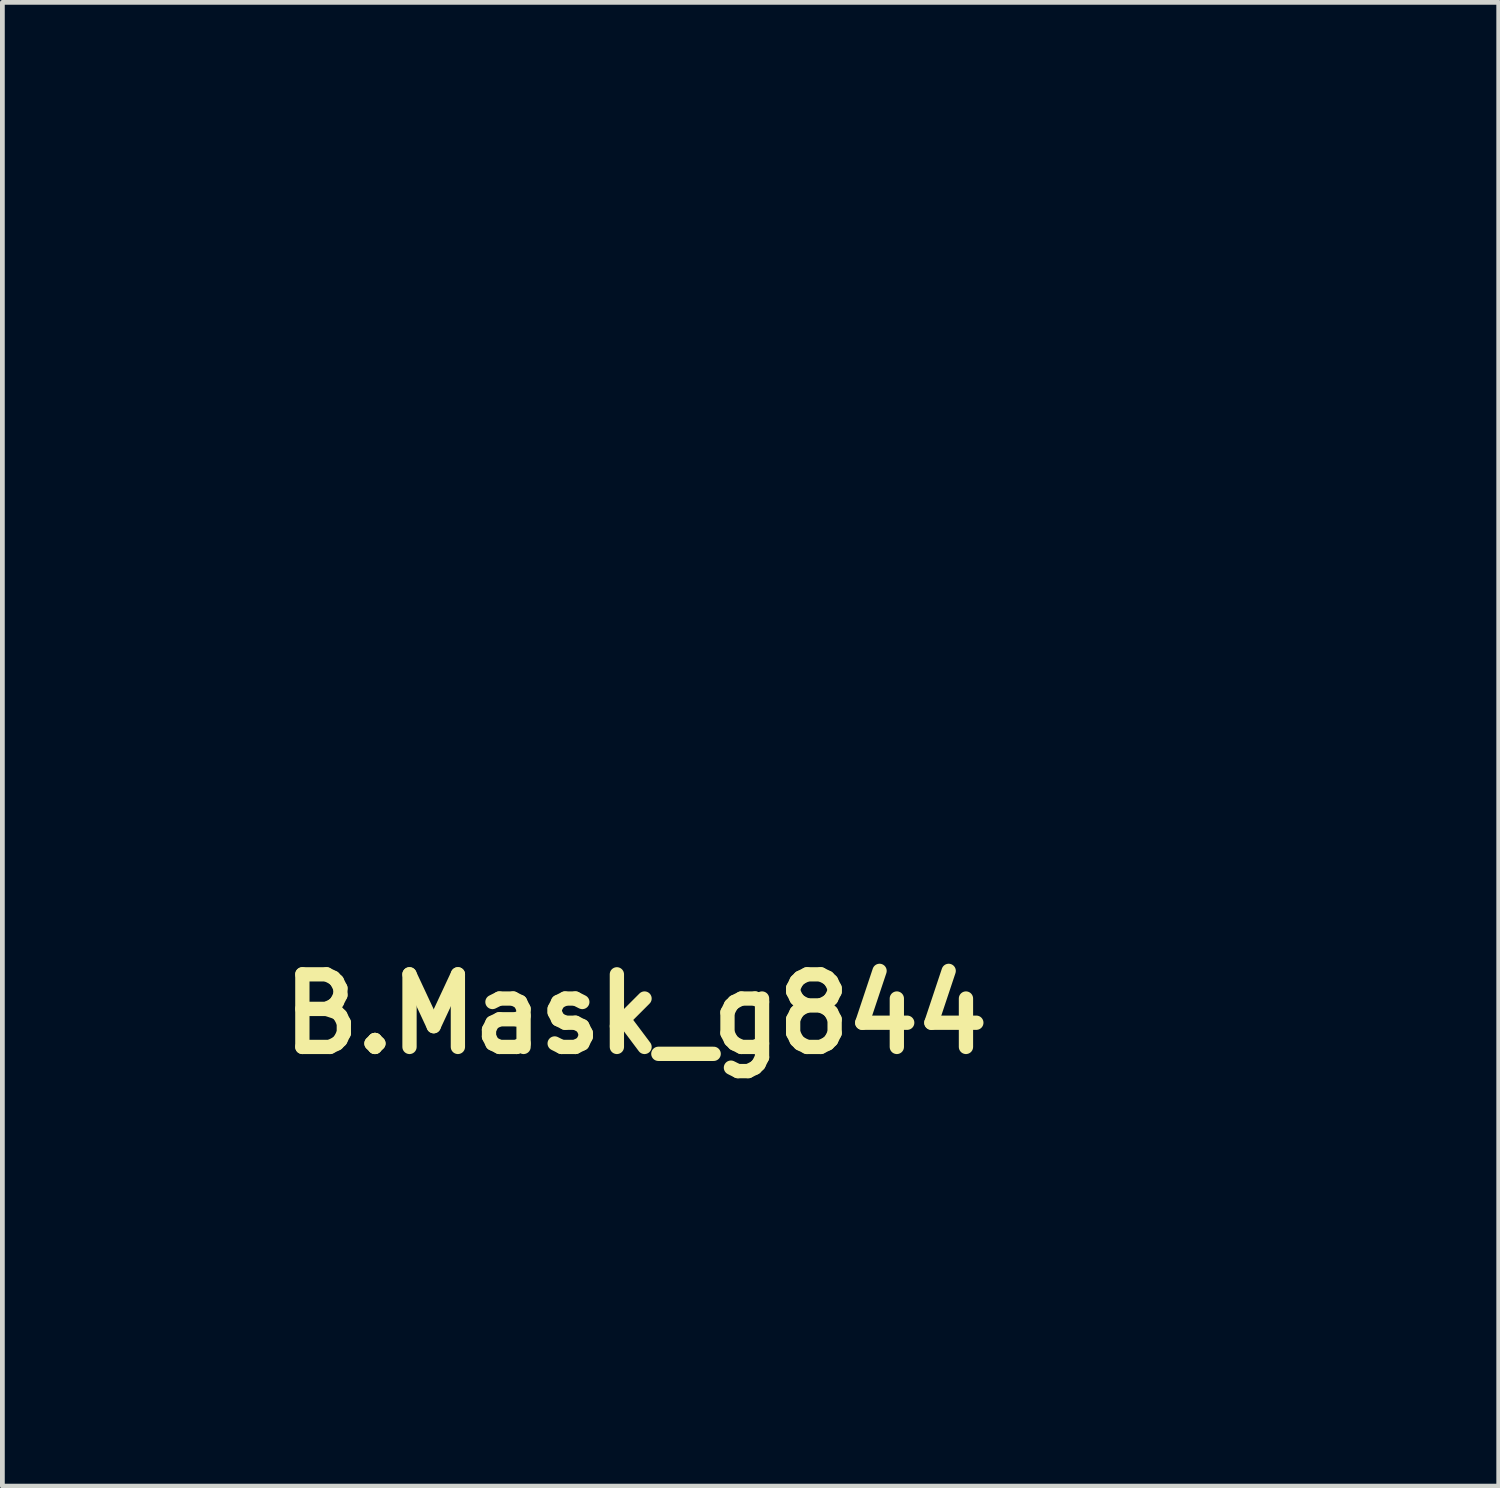
<source format=kicad_pcb>
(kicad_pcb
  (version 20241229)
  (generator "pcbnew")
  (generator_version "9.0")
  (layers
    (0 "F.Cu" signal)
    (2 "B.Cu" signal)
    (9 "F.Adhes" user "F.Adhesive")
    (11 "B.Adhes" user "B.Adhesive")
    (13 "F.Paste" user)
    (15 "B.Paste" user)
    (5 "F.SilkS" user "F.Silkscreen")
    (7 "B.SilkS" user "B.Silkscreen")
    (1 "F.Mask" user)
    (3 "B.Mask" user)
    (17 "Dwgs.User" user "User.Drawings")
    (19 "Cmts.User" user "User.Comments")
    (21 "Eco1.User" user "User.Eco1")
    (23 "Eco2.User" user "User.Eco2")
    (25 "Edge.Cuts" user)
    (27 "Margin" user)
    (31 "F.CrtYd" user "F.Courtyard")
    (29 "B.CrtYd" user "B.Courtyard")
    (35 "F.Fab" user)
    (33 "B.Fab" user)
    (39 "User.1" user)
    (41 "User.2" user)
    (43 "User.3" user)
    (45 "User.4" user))
  (footprint "B.Mask_g844"
    (layer "F.Cu")
    (at 10.302 18.243)
    (property "Reference" "B.Mask_g844" (at 0 0 0) (layer "F.SilkS") (effects (font (size 1.524 1.524) (thickness 0.3))))
    (attr through_hole)
    (fp_poly (pts (xy 10.718 -14.541) (xy 12.915 -10.15) (xy 15.112 -5.759) (xy 14.993 -5.698) (xy 14.875 -5.636) (xy 11.473 -9.718) (xy 11.048 -10.228) (xy 10.638 -10.72) (xy 10.246 -11.189) (xy 9.876 -11.632) (xy 9.53 -12.045) (xy 9.212 -12.424) (xy 8.926 -12.765) (xy 8.674 -13.065) (xy 8.459 -13.319) (xy 8.286 -13.523) (xy 8.157 -13.674) (xy 8.076 -13.768) (xy 8.045 -13.801) (xy 8.045 -13.801) (xy 8.008 -13.775) (xy 7.912 -13.7) (xy 7.763 -13.581) (xy 7.567 -13.424) (xy 7.33 -13.232) (xy 7.058 -13.012) (xy 6.758 -12.768) (xy 6.434 -12.505) (xy 6.095 -12.228) (xy 5.744 -11.943) (xy 5.39 -11.653) (xy 5.037 -11.365) (xy 4.693 -11.083) (xy 4.362 -10.812) (xy 4.052 -10.557) (xy 3.768 -10.323) (xy 3.516 -10.115) (xy 3.303 -9.938) (xy 3.134 -9.797) (xy 3.016 -9.697) (xy 2.955 -9.644) (xy 2.948 -9.636) (xy 2.957 -9.587) (xy 2.999 -9.462) (xy 3.073 -9.26) (xy 3.179 -8.985) (xy 3.316 -8.636) (xy 3.484 -8.215) (xy 3.682 -7.723) (xy 3.91 -7.162) (xy 4.168 -6.532) (xy 4.445 -5.858) (xy 5.978 -2.132) (xy 6.572 -1.912) (xy 6.78 -1.836) (xy 6.959 -1.773) (xy 7.094 -1.73) (xy 7.172 -1.709) (xy 7.184 -1.709) (xy 7.18 -1.752) (xy 7.164 -1.874) (xy 7.137 -2.066) (xy 7.099 -2.325) (xy 7.052 -2.643) (xy 6.996 -3.015) (xy 6.933 -3.434) (xy 6.862 -3.895) (xy 6.786 -4.391) (xy 6.705 -4.917) (xy 6.628 -5.411) (xy 6.542 -5.959) (xy 6.461 -6.485) (xy 6.384 -6.981) (xy 6.313 -7.441) (xy 6.248 -7.86) (xy 6.192 -8.231) (xy 6.143 -8.548) (xy 6.104 -8.805) (xy 6.076 -8.996) (xy 6.059 -9.115) (xy 6.054 -9.155) (xy 6.085 -9.185) (xy 6.182 -9.23) (xy 6.347 -9.291) (xy 6.585 -9.37) (xy 6.899 -9.469) (xy 7.131 -9.539) (xy 7.421 -9.626) (xy 7.686 -9.704) (xy 7.915 -9.77) (xy 8.097 -9.82) (xy 8.219 -9.853) (xy 8.271 -9.864) (xy 8.309 -9.833) (xy 8.401 -9.746) (xy 8.54 -9.607) (xy 8.723 -9.42) (xy 8.943 -9.192) (xy 9.198 -8.926) (xy 9.481 -8.628) (xy 9.788 -8.303) (xy 10.114 -7.956) (xy 10.344 -7.711) (xy 12.354 -5.558) (xy 11.297 -2.197) (xy 11.128 -1.66) (xy 10.966 -1.152) (xy 10.814 -0.677) (xy 10.674 -0.242) (xy 10.547 0.148) (xy 10.435 0.487) (xy 10.34 0.77) (xy 10.263 0.991) (xy 10.208 1.144) (xy 10.175 1.224) (xy 10.168 1.235) (xy 10.127 1.265) (xy 10.022 1.34) (xy 9.858 1.457) (xy 9.641 1.61) (xy 9.375 1.797) (xy 9.066 2.014) (xy 8.72 2.257) (xy 8.341 2.522) (xy 7.936 2.807) (xy 7.508 3.106) (xy 7.065 3.416) (xy 6.61 3.734) (xy 6.149 4.056) (xy 5.688 4.378) (xy 5.232 4.697) (xy 4.786 5.008) (xy 4.356 5.308) (xy 3.946 5.594) (xy 3.563 5.861) (xy 3.211 6.106) (xy 2.895 6.325) (xy 2.622 6.515) (xy 2.396 6.672) (xy 2.222 6.791) (xy 2.107 6.87) (xy 2.054 6.905) (xy 2.053 6.906) (xy 2.01 6.892) (xy 1.894 6.845) (xy 1.711 6.769) (xy 1.465 6.664) (xy 1.163 6.533) (xy 0.808 6.378) (xy 0.405 6.201) (xy -0.04 6.006) (xy -0.523 5.792) (xy -1.038 5.564) (xy -1.58 5.322) (xy -2.146 5.07) (xy -2.286 5.007) (xy -2.857 4.752) (xy -3.406 4.506) (xy -3.929 4.271) (xy -4.42 4.049) (xy -4.875 3.844) (xy -5.289 3.656) (xy -5.657 3.489) (xy -5.973 3.345) (xy -6.234 3.225) (xy -6.433 3.132) (xy -6.565 3.069) (xy -6.627 3.038) (xy -6.631 3.035) (xy -6.653 2.989) (xy -6.703 2.87) (xy -6.78 2.683) (xy -6.88 2.436) (xy -7 2.134) (xy -7.14 1.783) (xy -7.296 1.389) (xy -7.467 0.958) (xy -7.649 0.496) (xy -7.841 0.008) (xy -8.039 -0.498) (xy -8.243 -1.018) (xy -8.449 -1.545) (xy -8.655 -2.073) (xy -8.86 -2.597) (xy -9.059 -3.11) (xy -9.252 -3.606) (xy -9.436 -4.079) (xy -9.608 -4.524) (xy -9.766 -4.935) (xy -9.908 -5.305) (xy -10.032 -5.629) (xy -10.135 -5.9) (xy -10.214 -6.112) (xy -10.268 -6.261) (xy -10.295 -6.339) (xy -10.297 -6.349) (xy -10.279 -6.397) (xy -10.227 -6.516) (xy -10.145 -6.699) (xy -10.035 -6.94) (xy -9.901 -7.234) (xy -9.745 -7.573) (xy -9.571 -7.953) (xy -9.38 -8.366) (xy -9.176 -8.808) (xy -8.961 -9.271) (xy -8.739 -9.749) (xy -8.512 -10.238) (xy -8.283 -10.729) (xy -8.056 -11.218) (xy -7.832 -11.698) (xy -7.614 -12.164) (xy -7.406 -12.608) (xy -7.21 -13.025) (xy -7.03 -13.409) (xy -6.867 -13.754) (xy -6.726 -14.053) (xy -6.607 -14.301) (xy -6.516 -14.491) (xy -6.453 -14.618) (xy -6.423 -14.675) (xy -6.422 -14.677) (xy -6.377 -14.7) (xy -6.259 -14.754) (xy -6.073 -14.837) (xy -5.825 -14.946) (xy -5.52 -15.079) (xy -5.163 -15.234) (xy -4.758 -15.409) (xy -4.312 -15.601) (xy -3.829 -15.809) (xy -3.315 -16.029) (xy -2.774 -16.261) (xy -2.253 -16.483) (xy 1.865 -18.238) (xy 10.718 -14.541)) (stroke (width 0.01) (type solid)) (fill yes) (layer "B.Mask")))
  (gr_rect
    (start -3 -3)
    (end 28.419 28.154)
    (stroke (width 0.1) (type default))
    (fill no)
    (layer "Edge.Cuts")))
</source>
